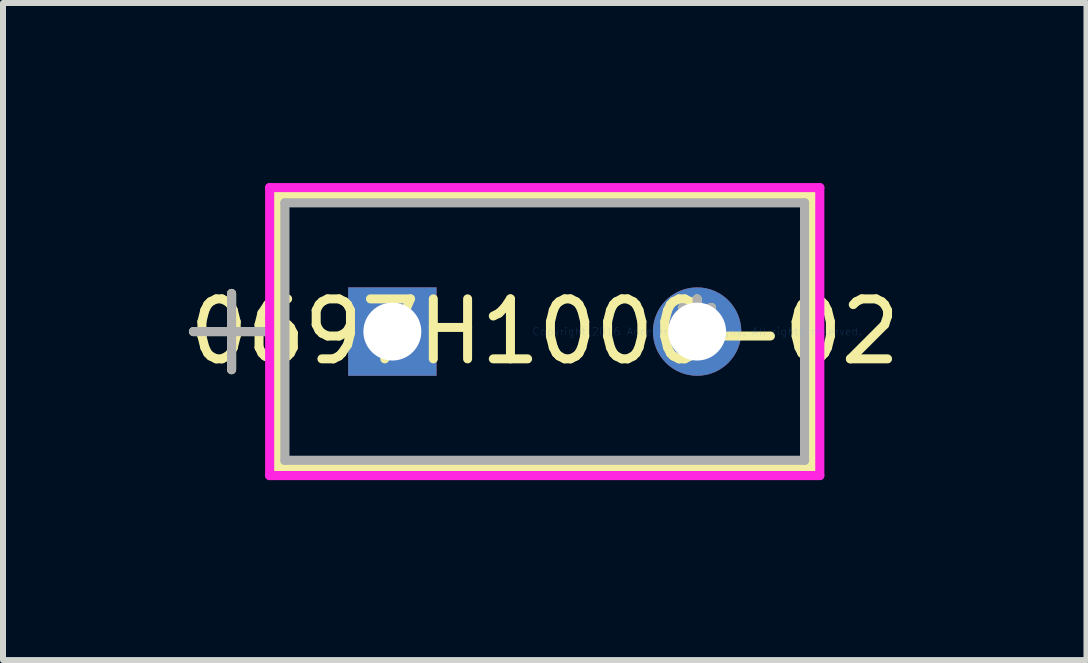
<source format=kicad_pcb>
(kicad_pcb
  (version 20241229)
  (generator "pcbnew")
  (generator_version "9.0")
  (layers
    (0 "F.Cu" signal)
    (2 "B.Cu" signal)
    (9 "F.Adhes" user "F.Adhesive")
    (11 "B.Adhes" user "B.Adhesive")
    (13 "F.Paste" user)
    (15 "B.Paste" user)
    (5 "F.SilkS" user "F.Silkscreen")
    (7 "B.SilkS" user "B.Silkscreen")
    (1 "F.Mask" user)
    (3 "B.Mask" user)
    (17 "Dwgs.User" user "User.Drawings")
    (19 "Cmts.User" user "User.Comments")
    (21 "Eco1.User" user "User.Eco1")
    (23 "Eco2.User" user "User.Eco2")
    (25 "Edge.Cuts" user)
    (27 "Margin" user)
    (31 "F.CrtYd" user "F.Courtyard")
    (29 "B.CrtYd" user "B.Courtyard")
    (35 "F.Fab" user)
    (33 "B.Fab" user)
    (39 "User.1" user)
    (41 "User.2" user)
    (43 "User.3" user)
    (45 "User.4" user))
  (footprint "0697H1000-02"
    (layer "F.Cu")
    (at 8.57 2.477)
    (property "Reference" "0697H1000-02" (at -2.54 0 0) (layer "F.SilkS") (effects (font (size 1 1) (thickness 0.15))))
    (attr through_hole)
    (fp_line (start -8.395 0) (end -7.125 0) (stroke (width 0.152) (type solid)) (layer "F.SilkS"))
    (fp_line (start -7.76 -0.635) (end -7.76 0.635) (stroke (width 0.152) (type solid)) (layer "F.SilkS"))
    (fp_line (start -6.998 -2.273) (end -6.998 2.273) (stroke (width 0.152) (type solid)) (layer "F.SilkS"))
    (fp_line (start 1.918 -2.273) (end -6.998 -2.273) (stroke (width 0.152) (type solid)) (layer "F.SilkS"))
    (fp_line (start 1.918 -2.273) (end 1.918 2.273) (stroke (width 0.152) (type solid)) (layer "F.SilkS"))
    (fp_line (start 1.918 2.273) (end -6.998 2.273) (stroke (width 0.152) (type solid)) (layer "F.SilkS"))
    (fp_line (start -7.125 -2.4) (end 2.045 -2.4) (stroke (width 0.152) (type solid)) (layer "F.CrtYd"))
    (fp_line (start -7.125 2.4) (end -7.125 -2.4) (stroke (width 0.152) (type solid)) (layer "F.CrtYd"))
    (fp_line (start 2.045 -2.4) (end 2.045 2.4) (stroke (width 0.152) (type solid)) (layer "F.CrtYd"))
    (fp_line (start 2.045 2.4) (end -7.125 2.4) (stroke (width 0.152) (type solid)) (layer "F.CrtYd"))
    (fp_line (start -8.395 0) (end -7.125 0) (stroke (width 0.152) (type solid)) (layer "F.Fab"))
    (fp_line (start -7.76 -0.635) (end -7.76 0.635) (stroke (width 0.152) (type solid)) (layer "F.Fab"))
    (fp_line (start -6.871 -2.146) (end -6.871 2.146) (stroke (width 0.152) (type solid)) (layer "F.Fab"))
    (fp_line (start 1.791 -2.146) (end -6.871 -2.146) (stroke (width 0.152) (type solid)) (layer "F.Fab"))
    (fp_line (start 1.791 -2.146) (end 1.791 2.146) (stroke (width 0.152) (type solid)) (layer "F.Fab"))
    (fp_line (start 1.791 2.146) (end -6.871 2.146) (stroke (width 0.152) (type solid)) (layer "F.Fab"))
    (fp_text user "*" (at 0 0 0) (layer "F.SilkS") (effects (font (size 1 1) (thickness 0.15))))
    (fp_text user "Copyright 2016 Accelerated Designs. All rights reserved." (at 0 0 0) (layer "Cmts.User") (effects (font (size 0.127 0.127) (thickness 0.002))))
    (fp_text user "*" (at 0 0 0) (layer "F.Fab") (effects (font (size 1 1) (thickness 0.15))))
    (pad "1" thru_hole rect (at -5.08 0) (size 1.473 1.473) (drill 0.965) (layers "*.Cu" "*.Mask"))
    (pad "2" thru_hole circle (at 0 0) (size 1.473 1.473) (drill 0.965) (layers "*.Cu" "*.Mask")))
  (gr_rect
    (start -3 -3)
    (end 15.06 7.953)
    (stroke (width 0.1) (type default))
    (fill no)
    (layer "Edge.Cuts")))
</source>
